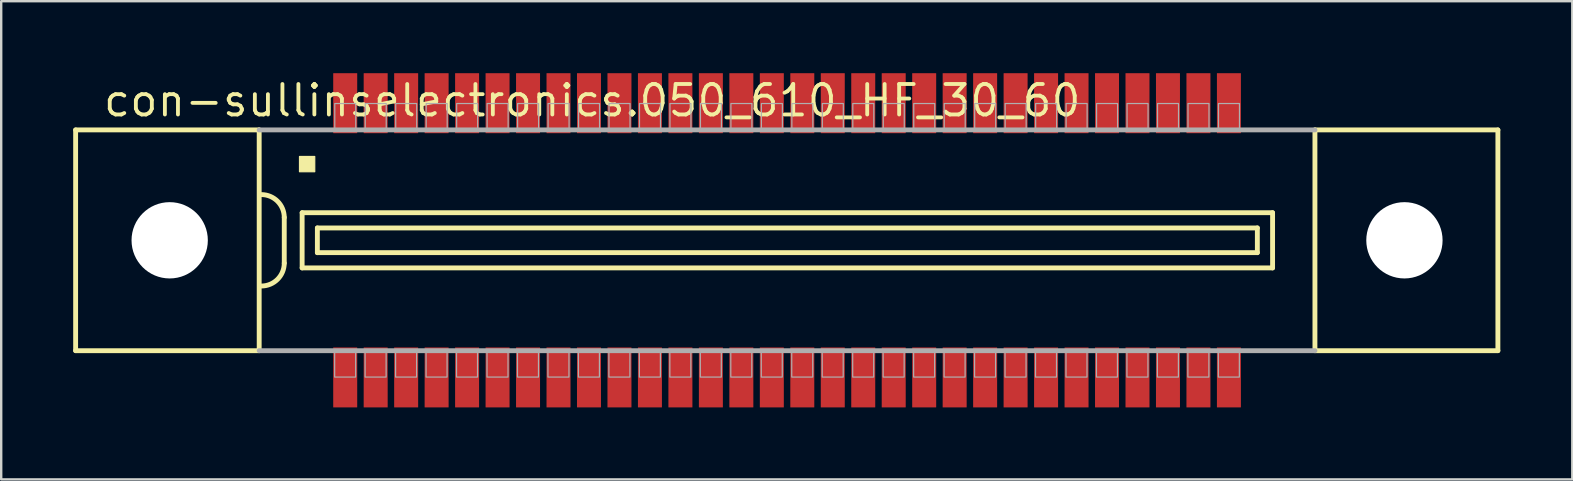
<source format=kicad_pcb>
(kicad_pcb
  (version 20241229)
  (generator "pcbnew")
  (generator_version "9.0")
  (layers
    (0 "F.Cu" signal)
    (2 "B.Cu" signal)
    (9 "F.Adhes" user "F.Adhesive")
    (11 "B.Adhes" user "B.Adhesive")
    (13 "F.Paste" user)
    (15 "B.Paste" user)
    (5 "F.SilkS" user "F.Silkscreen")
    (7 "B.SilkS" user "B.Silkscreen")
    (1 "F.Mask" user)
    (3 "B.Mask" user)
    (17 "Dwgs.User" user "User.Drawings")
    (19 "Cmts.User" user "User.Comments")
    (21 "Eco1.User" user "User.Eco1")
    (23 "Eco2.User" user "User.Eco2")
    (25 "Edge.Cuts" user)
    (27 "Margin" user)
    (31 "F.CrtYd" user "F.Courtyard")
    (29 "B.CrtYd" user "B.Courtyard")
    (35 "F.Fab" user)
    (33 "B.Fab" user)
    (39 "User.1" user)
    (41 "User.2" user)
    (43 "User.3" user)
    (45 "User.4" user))
  (footprint "con-sullinselectronics.050_610_HF_30_60"
    (layer "F.Cu")
    (at 29.752 6.965)
    (property "Reference" "con-sullinselectronics.050_610_HF_30_60" (at -28.575 -5.08 0) (layer "F.SilkS") (effects (font (size 1.27 1.27) (thickness 0.16)) (justify left bottom)))
    (attr smd)
    (fp_line (start -29.65 -4.6) (end -29.65 4.6) (stroke (width 0.203) (type default)) (layer "F.SilkS"))
    (fp_line (start -29.65 4.6) (end -22 4.6) (stroke (width 0.203) (type default)) (layer "F.SilkS"))
    (fp_line (start -22 -4.6) (end -29.65 -4.6) (stroke (width 0.203) (type default)) (layer "F.SilkS"))
    (fp_line (start -22 -4.6) (end -22 4.6) (stroke (width 0.203) (type default)) (layer "F.SilkS"))
    (fp_line (start -20.955 -0.953) (end -20.955 0.953) (stroke (width 0.203) (type default)) (layer "F.SilkS"))
    (fp_line (start -20.21 -1.15) (end -20.21 1.15) (stroke (width 0.203) (type default)) (layer "F.SilkS"))
    (fp_line (start -20.21 1.15) (end 20.235 1.15) (stroke (width 0.203) (type default)) (layer "F.SilkS"))
    (fp_line (start -19.575 -0.515) (end -19.575 0.515) (stroke (width 0.203) (type default)) (layer "F.SilkS"))
    (fp_line (start -19.575 0.515) (end 19.6 0.515) (stroke (width 0.203) (type default)) (layer "F.SilkS"))
    (fp_line (start 19.6 -0.515) (end -19.575 -0.515) (stroke (width 0.203) (type default)) (layer "F.SilkS"))
    (fp_line (start 19.6 0.515) (end 19.6 -0.515) (stroke (width 0.203) (type default)) (layer "F.SilkS"))
    (fp_line (start 20.235 -1.15) (end -20.21 -1.15) (stroke (width 0.203) (type default)) (layer "F.SilkS"))
    (fp_line (start 20.235 1.15) (end 20.235 -1.15) (stroke (width 0.203) (type default)) (layer "F.SilkS"))
    (fp_line (start 22 4.6) (end 22 -4.6) (stroke (width 0.203) (type default)) (layer "F.SilkS"))
    (fp_line (start 22 4.6) (end 29.625 4.6) (stroke (width 0.203) (type default)) (layer "F.SilkS"))
    (fp_line (start 29.625 -4.6) (end 22 -4.6) (stroke (width 0.203) (type default)) (layer "F.SilkS"))
    (fp_line (start 29.625 4.6) (end 29.625 -4.6) (stroke (width 0.203) (type default)) (layer "F.SilkS"))
    (fp_rect (start -20.32 -2.857) (end -19.685 -3.493) (stroke (width 0.05) (type default)) (fill yes) (layer "F.SilkS"))
    (fp_arc (start -21.9075 -1.905) (mid -21.233981 -1.626019) (end -20.955 -0.9525) (stroke (width 0.2032) (type default)) (layer "F.SilkS"))
    (fp_arc (start -20.955 0.9525) (mid -21.23401 1.62599) (end -21.9075 1.905) (stroke (width 0.2032) (type default)) (layer "F.SilkS"))
    (fp_line (start -22 4.6) (end 22 4.6) (stroke (width 0.203) (type default)) (layer "F.Fab"))
    (fp_line (start 22 -4.6) (end -22 -4.6) (stroke (width 0.203) (type default)) (layer "F.Fab"))
    (fp_rect (start -18.855 5.7) (end -17.98 4.65) (stroke (width 0.05) (type default)) (fill no) (layer "F.Fab"))
    (fp_rect (start -18.85 -4.65) (end -17.975 -5.7) (stroke (width 0.05) (type default)) (fill no) (layer "F.Fab"))
    (fp_rect (start -17.585 5.7) (end -16.71 4.65) (stroke (width 0.05) (type default)) (fill no) (layer "F.Fab"))
    (fp_rect (start -17.58 -4.65) (end -16.705 -5.7) (stroke (width 0.05) (type default)) (fill no) (layer "F.Fab"))
    (fp_rect (start -16.315 5.7) (end -15.44 4.65) (stroke (width 0.05) (type default)) (fill no) (layer "F.Fab"))
    (fp_rect (start -16.31 -4.65) (end -15.435 -5.7) (stroke (width 0.05) (type default)) (fill no) (layer "F.Fab"))
    (fp_rect (start -15.045 5.7) (end -14.17 4.65) (stroke (width 0.05) (type default)) (fill no) (layer "F.Fab"))
    (fp_rect (start -15.04 -4.65) (end -14.165 -5.7) (stroke (width 0.05) (type default)) (fill no) (layer "F.Fab"))
    (fp_rect (start -13.775 5.7) (end -12.9 4.65) (stroke (width 0.05) (type default)) (fill no) (layer "F.Fab"))
    (fp_rect (start -13.77 -4.65) (end -12.895 -5.7) (stroke (width 0.05) (type default)) (fill no) (layer "F.Fab"))
    (fp_rect (start -12.505 5.7) (end -11.63 4.65) (stroke (width 0.05) (type default)) (fill no) (layer "F.Fab"))
    (fp_rect (start -12.5 -4.65) (end -11.625 -5.7) (stroke (width 0.05) (type default)) (fill no) (layer "F.Fab"))
    (fp_rect (start -11.235 5.7) (end -10.36 4.65) (stroke (width 0.05) (type default)) (fill no) (layer "F.Fab"))
    (fp_rect (start -11.23 -4.65) (end -10.355 -5.7) (stroke (width 0.05) (type default)) (fill no) (layer "F.Fab"))
    (fp_rect (start -9.965 5.7) (end -9.09 4.65) (stroke (width 0.05) (type default)) (fill no) (layer "F.Fab"))
    (fp_rect (start -9.96 -4.65) (end -9.085 -5.7) (stroke (width 0.05) (type default)) (fill no) (layer "F.Fab"))
    (fp_rect (start -8.695 5.7) (end -7.82 4.65) (stroke (width 0.05) (type default)) (fill no) (layer "F.Fab"))
    (fp_rect (start -8.69 -4.65) (end -7.815 -5.7) (stroke (width 0.05) (type default)) (fill no) (layer "F.Fab"))
    (fp_rect (start -7.425 5.7) (end -6.55 4.65) (stroke (width 0.05) (type default)) (fill no) (layer "F.Fab"))
    (fp_rect (start -7.42 -4.65) (end -6.545 -5.7) (stroke (width 0.05) (type default)) (fill no) (layer "F.Fab"))
    (fp_rect (start -6.155 5.7) (end -5.28 4.65) (stroke (width 0.05) (type default)) (fill no) (layer "F.Fab"))
    (fp_rect (start -6.15 -4.65) (end -5.275 -5.7) (stroke (width 0.05) (type default)) (fill no) (layer "F.Fab"))
    (fp_rect (start -4.885 5.7) (end -4.01 4.65) (stroke (width 0.05) (type default)) (fill no) (layer "F.Fab"))
    (fp_rect (start -4.88 -4.65) (end -4.005 -5.7) (stroke (width 0.05) (type default)) (fill no) (layer "F.Fab"))
    (fp_rect (start -3.615 5.7) (end -2.74 4.65) (stroke (width 0.05) (type default)) (fill no) (layer "F.Fab"))
    (fp_rect (start -3.61 -4.65) (end -2.735 -5.7) (stroke (width 0.05) (type default)) (fill no) (layer "F.Fab"))
    (fp_rect (start -2.345 5.7) (end -1.47 4.65) (stroke (width 0.05) (type default)) (fill no) (layer "F.Fab"))
    (fp_rect (start -2.34 -4.65) (end -1.465 -5.7) (stroke (width 0.05) (type default)) (fill no) (layer "F.Fab"))
    (fp_rect (start -1.075 5.7) (end -0.2 4.65) (stroke (width 0.05) (type default)) (fill no) (layer "F.Fab"))
    (fp_rect (start -1.07 -4.65) (end -0.195 -5.7) (stroke (width 0.05) (type default)) (fill no) (layer "F.Fab"))
    (fp_rect (start 0.195 5.7) (end 1.07 4.65) (stroke (width 0.05) (type default)) (fill no) (layer "F.Fab"))
    (fp_rect (start 0.2 -4.65) (end 1.075 -5.7) (stroke (width 0.05) (type default)) (fill no) (layer "F.Fab"))
    (fp_rect (start 1.465 5.7) (end 2.34 4.65) (stroke (width 0.05) (type default)) (fill no) (layer "F.Fab"))
    (fp_rect (start 1.47 -4.65) (end 2.345 -5.7) (stroke (width 0.05) (type default)) (fill no) (layer "F.Fab"))
    (fp_rect (start 2.735 5.7) (end 3.61 4.65) (stroke (width 0.05) (type default)) (fill no) (layer "F.Fab"))
    (fp_rect (start 2.74 -4.65) (end 3.615 -5.7) (stroke (width 0.05) (type default)) (fill no) (layer "F.Fab"))
    (fp_rect (start 4.005 5.7) (end 4.88 4.65) (stroke (width 0.05) (type default)) (fill no) (layer "F.Fab"))
    (fp_rect (start 4.01 -4.65) (end 4.885 -5.7) (stroke (width 0.05) (type default)) (fill no) (layer "F.Fab"))
    (fp_rect (start 5.275 5.7) (end 6.15 4.65) (stroke (width 0.05) (type default)) (fill no) (layer "F.Fab"))
    (fp_rect (start 5.28 -4.65) (end 6.155 -5.7) (stroke (width 0.05) (type default)) (fill no) (layer "F.Fab"))
    (fp_rect (start 6.545 5.7) (end 7.42 4.65) (stroke (width 0.05) (type default)) (fill no) (layer "F.Fab"))
    (fp_rect (start 6.55 -4.65) (end 7.425 -5.7) (stroke (width 0.05) (type default)) (fill no) (layer "F.Fab"))
    (fp_rect (start 7.815 5.7) (end 8.69 4.65) (stroke (width 0.05) (type default)) (fill no) (layer "F.Fab"))
    (fp_rect (start 7.82 -4.65) (end 8.695 -5.7) (stroke (width 0.05) (type default)) (fill no) (layer "F.Fab"))
    (fp_rect (start 9.085 5.7) (end 9.96 4.65) (stroke (width 0.05) (type default)) (fill no) (layer "F.Fab"))
    (fp_rect (start 9.09 -4.65) (end 9.965 -5.7) (stroke (width 0.05) (type default)) (fill no) (layer "F.Fab"))
    (fp_rect (start 10.355 5.7) (end 11.23 4.65) (stroke (width 0.05) (type default)) (fill no) (layer "F.Fab"))
    (fp_rect (start 10.36 -4.65) (end 11.235 -5.7) (stroke (width 0.05) (type default)) (fill no) (layer "F.Fab"))
    (fp_rect (start 11.625 5.7) (end 12.5 4.65) (stroke (width 0.05) (type default)) (fill no) (layer "F.Fab"))
    (fp_rect (start 11.63 -4.65) (end 12.505 -5.7) (stroke (width 0.05) (type default)) (fill no) (layer "F.Fab"))
    (fp_rect (start 12.895 5.7) (end 13.77 4.65) (stroke (width 0.05) (type default)) (fill no) (layer "F.Fab"))
    (fp_rect (start 12.9 -4.65) (end 13.775 -5.7) (stroke (width 0.05) (type default)) (fill no) (layer "F.Fab"))
    (fp_rect (start 14.165 5.7) (end 15.04 4.65) (stroke (width 0.05) (type default)) (fill no) (layer "F.Fab"))
    (fp_rect (start 14.17 -4.65) (end 15.045 -5.7) (stroke (width 0.05) (type default)) (fill no) (layer "F.Fab"))
    (fp_rect (start 15.435 5.7) (end 16.31 4.65) (stroke (width 0.05) (type default)) (fill no) (layer "F.Fab"))
    (fp_rect (start 15.44 -4.65) (end 16.315 -5.7) (stroke (width 0.05) (type default)) (fill no) (layer "F.Fab"))
    (fp_rect (start 16.705 5.7) (end 17.58 4.65) (stroke (width 0.05) (type default)) (fill no) (layer "F.Fab"))
    (fp_rect (start 16.71 -4.65) (end 17.585 -5.7) (stroke (width 0.05) (type default)) (fill no) (layer "F.Fab"))
    (fp_rect (start 17.975 5.7) (end 18.85 4.65) (stroke (width 0.05) (type default)) (fill no) (layer "F.Fab"))
    (fp_rect (start 17.98 -4.65) (end 18.855 -5.7) (stroke (width 0.05) (type default)) (fill no) (layer "F.Fab"))
    (pad "" np_thru_hole circle (at -25.73 0) (size 3.18 3.18) (drill 3.18) (layers "*.Cu" "*.Mask"))
    (pad "" np_thru_hole circle (at 25.73 0) (size 3.18 3.18) (drill 3.18) (layers "*.Cu" "*.Mask"))
    (pad "1" smd roundrect (at -18.415 -5.715) (size 1 2.5) (layers "F.Cu" "F.Mask" "F.Paste") (roundrect_rratio 0.01))
    (pad "2" smd roundrect (at -17.145 -5.715) (size 1 2.5) (layers "F.Cu" "F.Mask" "F.Paste") (roundrect_rratio 0.01))
    (pad "3" smd roundrect (at -15.875 -5.715) (size 1 2.5) (layers "F.Cu" "F.Mask" "F.Paste") (roundrect_rratio 0.01))
    (pad "4" smd roundrect (at -14.605 -5.715) (size 1 2.5) (layers "F.Cu" "F.Mask" "F.Paste") (roundrect_rratio 0.01))
    (pad "5" smd roundrect (at -13.335 -5.715) (size 1 2.5) (layers "F.Cu" "F.Mask" "F.Paste") (roundrect_rratio 0.01))
    (pad "6" smd roundrect (at -12.065 -5.715) (size 1 2.5) (layers "F.Cu" "F.Mask" "F.Paste") (roundrect_rratio 0.01))
    (pad "7" smd roundrect (at -10.795 -5.715) (size 1 2.5) (layers "F.Cu" "F.Mask" "F.Paste") (roundrect_rratio 0.01))
    (pad "8" smd roundrect (at -9.525 -5.715) (size 1 2.5) (layers "F.Cu" "F.Mask" "F.Paste") (roundrect_rratio 0.01))
    (pad "9" smd roundrect (at -8.255 -5.715) (size 1 2.5) (layers "F.Cu" "F.Mask" "F.Paste") (roundrect_rratio 0.01))
    (pad "10" smd roundrect (at -6.985 -5.715) (size 1 2.5) (layers "F.Cu" "F.Mask" "F.Paste") (roundrect_rratio 0.01))
    (pad "11" smd roundrect (at -5.715 -5.715 180) (size 1 2.5) (layers "F.Cu" "F.Mask" "F.Paste") (roundrect_rratio 0.01))
    (pad "12" smd roundrect (at -4.445 -5.715 180) (size 1 2.5) (layers "F.Cu" "F.Mask" "F.Paste") (roundrect_rratio 0.01))
    (pad "13" smd roundrect (at -3.175 -5.715 180) (size 1 2.5) (layers "F.Cu" "F.Mask" "F.Paste") (roundrect_rratio 0.01))
    (pad "14" smd roundrect (at -1.905 -5.715 180) (size 1 2.5) (layers "F.Cu" "F.Mask" "F.Paste") (roundrect_rratio 0.01))
    (pad "15" smd roundrect (at -0.635 -5.715 180) (size 1 2.5) (layers "F.Cu" "F.Mask" "F.Paste") (roundrect_rratio 0.01))
    (pad "16" smd roundrect (at 0.635 -5.715 180) (size 1 2.5) (layers "F.Cu" "F.Mask" "F.Paste") (roundrect_rratio 0.01))
    (pad "17" smd roundrect (at 1.905 -5.715 180) (size 1 2.5) (layers "F.Cu" "F.Mask" "F.Paste") (roundrect_rratio 0.01))
    (pad "18" smd roundrect (at 3.175 -5.715 180) (size 1 2.5) (layers "F.Cu" "F.Mask" "F.Paste") (roundrect_rratio 0.01))
    (pad "19" smd roundrect (at 4.445 -5.715 180) (size 1 2.5) (layers "F.Cu" "F.Mask" "F.Paste") (roundrect_rratio 0.01))
    (pad "20" smd roundrect (at 5.715 -5.715 180) (size 1 2.5) (layers "F.Cu" "F.Mask" "F.Paste") (roundrect_rratio 0.01))
    (pad "21" smd roundrect (at 6.985 -5.715 180) (size 1 2.5) (layers "F.Cu" "F.Mask" "F.Paste") (roundrect_rratio 0.01))
    (pad "22" smd roundrect (at 8.255 -5.715 180) (size 1 2.5) (layers "F.Cu" "F.Mask" "F.Paste") (roundrect_rratio 0.01))
    (pad "23" smd roundrect (at 9.525 -5.715 180) (size 1 2.5) (layers "F.Cu" "F.Mask" "F.Paste") (roundrect_rratio 0.01))
    (pad "24" smd roundrect (at 10.795 -5.715 180) (size 1 2.5) (layers "F.Cu" "F.Mask" "F.Paste") (roundrect_rratio 0.01))
    (pad "25" smd roundrect (at 12.065 -5.715 180) (size 1 2.5) (layers "F.Cu" "F.Mask" "F.Paste") (roundrect_rratio 0.01))
    (pad "26" smd roundrect (at 13.335 -5.715 180) (size 1 2.5) (layers "F.Cu" "F.Mask" "F.Paste") (roundrect_rratio 0.01))
    (pad "27" smd roundrect (at 14.605 -5.715 180) (size 1 2.5) (layers "F.Cu" "F.Mask" "F.Paste") (roundrect_rratio 0.01))
    (pad "28" smd roundrect (at 15.875 -5.715 180) (size 1 2.5) (layers "F.Cu" "F.Mask" "F.Paste") (roundrect_rratio 0.01))
    (pad "29" smd roundrect (at 17.145 -5.715 180) (size 1 2.5) (layers "F.Cu" "F.Mask" "F.Paste") (roundrect_rratio 0.01))
    (pad "30" smd roundrect (at 18.415 -5.715 180) (size 1 2.5) (layers "F.Cu" "F.Mask" "F.Paste") (roundrect_rratio 0.01))
    (pad "31" smd roundrect (at -18.415 5.715) (size 1 2.5) (layers "F.Cu" "F.Mask" "F.Paste") (roundrect_rratio 0.01))
    (pad "32" smd roundrect (at -17.145 5.715) (size 1 2.5) (layers "F.Cu" "F.Mask" "F.Paste") (roundrect_rratio 0.01))
    (pad "33" smd roundrect (at -15.875 5.715) (size 1 2.5) (layers "F.Cu" "F.Mask" "F.Paste") (roundrect_rratio 0.01))
    (pad "34" smd roundrect (at -14.605 5.715) (size 1 2.5) (layers "F.Cu" "F.Mask" "F.Paste") (roundrect_rratio 0.01))
    (pad "35" smd roundrect (at -13.335 5.715) (size 1 2.5) (layers "F.Cu" "F.Mask" "F.Paste") (roundrect_rratio 0.01))
    (pad "36" smd roundrect (at -12.065 5.715) (size 1 2.5) (layers "F.Cu" "F.Mask" "F.Paste") (roundrect_rratio 0.01))
    (pad "37" smd roundrect (at -10.795 5.715) (size 1 2.5) (layers "F.Cu" "F.Mask" "F.Paste") (roundrect_rratio 0.01))
    (pad "38" smd roundrect (at -9.525 5.715) (size 1 2.5) (layers "F.Cu" "F.Mask" "F.Paste") (roundrect_rratio 0.01))
    (pad "39" smd roundrect (at -8.255 5.715) (size 1 2.5) (layers "F.Cu" "F.Mask" "F.Paste") (roundrect_rratio 0.01))
    (pad "40" smd roundrect (at -6.985 5.715) (size 1 2.5) (layers "F.Cu" "F.Mask" "F.Paste") (roundrect_rratio 0.01))
    (pad "41" smd roundrect (at -5.715 5.715) (size 1 2.5) (layers "F.Cu" "F.Mask" "F.Paste") (roundrect_rratio 0.01))
    (pad "42" smd roundrect (at -4.445 5.715) (size 1 2.5) (layers "F.Cu" "F.Mask" "F.Paste") (roundrect_rratio 0.01))
    (pad "43" smd roundrect (at -3.175 5.715) (size 1 2.5) (layers "F.Cu" "F.Mask" "F.Paste") (roundrect_rratio 0.01))
    (pad "44" smd roundrect (at -1.905 5.715) (size 1 2.5) (layers "F.Cu" "F.Mask" "F.Paste") (roundrect_rratio 0.01))
    (pad "45" smd roundrect (at -0.635 5.715) (size 1 2.5) (layers "F.Cu" "F.Mask" "F.Paste") (roundrect_rratio 0.01))
    (pad "46" smd roundrect (at 0.635 5.715) (size 1 2.5) (layers "F.Cu" "F.Mask" "F.Paste") (roundrect_rratio 0.01))
    (pad "47" smd roundrect (at 1.905 5.715) (size 1 2.5) (layers "F.Cu" "F.Mask" "F.Paste") (roundrect_rratio 0.01))
    (pad "48" smd roundrect (at 3.175 5.715) (size 1 2.5) (layers "F.Cu" "F.Mask" "F.Paste") (roundrect_rratio 0.01))
    (pad "49" smd roundrect (at 4.445 5.715) (size 1 2.5) (layers "F.Cu" "F.Mask" "F.Paste") (roundrect_rratio 0.01))
    (pad "50" smd roundrect (at 5.715 5.715) (size 1 2.5) (layers "F.Cu" "F.Mask" "F.Paste") (roundrect_rratio 0.01))
    (pad "51" smd roundrect (at 6.985 5.715) (size 1 2.5) (layers "F.Cu" "F.Mask" "F.Paste") (roundrect_rratio 0.01))
    (pad "52" smd roundrect (at 8.255 5.715) (size 1 2.5) (layers "F.Cu" "F.Mask" "F.Paste") (roundrect_rratio 0.01))
    (pad "53" smd roundrect (at 9.525 5.715) (size 1 2.5) (layers "F.Cu" "F.Mask" "F.Paste") (roundrect_rratio 0.01))
    (pad "54" smd roundrect (at 10.795 5.715) (size 1 2.5) (layers "F.Cu" "F.Mask" "F.Paste") (roundrect_rratio 0.01))
    (pad "55" smd roundrect (at 12.065 5.715) (size 1 2.5) (layers "F.Cu" "F.Mask" "F.Paste") (roundrect_rratio 0.01))
    (pad "56" smd roundrect (at 13.335 5.715) (size 1 2.5) (layers "F.Cu" "F.Mask" "F.Paste") (roundrect_rratio 0.01))
    (pad "57" smd roundrect (at 14.605 5.715) (size 1 2.5) (layers "F.Cu" "F.Mask" "F.Paste") (roundrect_rratio 0.01))
    (pad "58" smd roundrect (at 15.875 5.715) (size 1 2.5) (layers "F.Cu" "F.Mask" "F.Paste") (roundrect_rratio 0.01))
    (pad "59" smd roundrect (at 17.145 5.715) (size 1 2.5) (layers "F.Cu" "F.Mask" "F.Paste") (roundrect_rratio 0.01))
    (pad "60" smd roundrect (at 18.415 5.715) (size 1 2.5) (layers "F.Cu" "F.Mask" "F.Paste") (roundrect_rratio 0.01)))
  (gr_rect
    (start -3 -3)
    (end 62.478 16.93)
    (stroke (width 0.1) (type default))
    (fill no)
    (layer "Edge.Cuts")))
</source>
